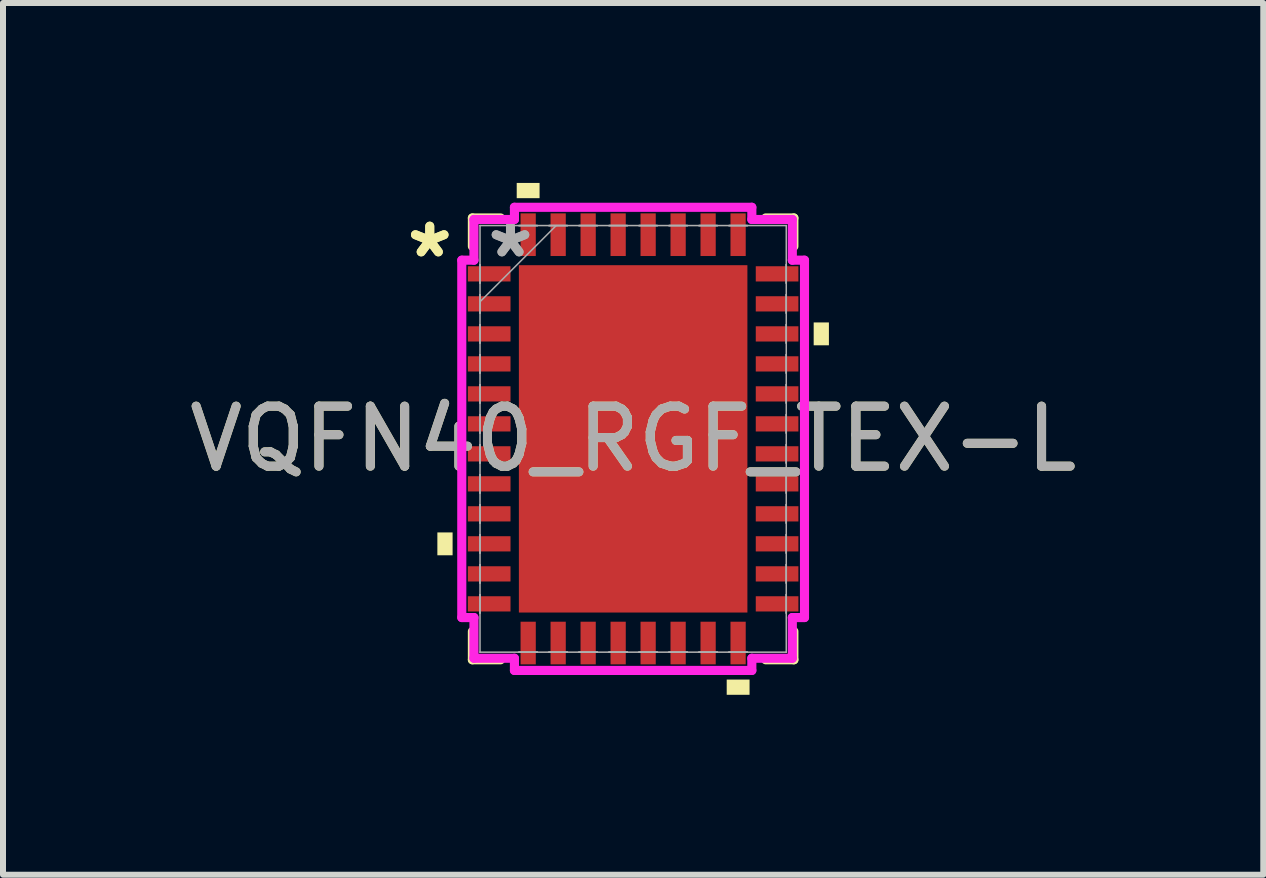
<source format=kicad_pcb>
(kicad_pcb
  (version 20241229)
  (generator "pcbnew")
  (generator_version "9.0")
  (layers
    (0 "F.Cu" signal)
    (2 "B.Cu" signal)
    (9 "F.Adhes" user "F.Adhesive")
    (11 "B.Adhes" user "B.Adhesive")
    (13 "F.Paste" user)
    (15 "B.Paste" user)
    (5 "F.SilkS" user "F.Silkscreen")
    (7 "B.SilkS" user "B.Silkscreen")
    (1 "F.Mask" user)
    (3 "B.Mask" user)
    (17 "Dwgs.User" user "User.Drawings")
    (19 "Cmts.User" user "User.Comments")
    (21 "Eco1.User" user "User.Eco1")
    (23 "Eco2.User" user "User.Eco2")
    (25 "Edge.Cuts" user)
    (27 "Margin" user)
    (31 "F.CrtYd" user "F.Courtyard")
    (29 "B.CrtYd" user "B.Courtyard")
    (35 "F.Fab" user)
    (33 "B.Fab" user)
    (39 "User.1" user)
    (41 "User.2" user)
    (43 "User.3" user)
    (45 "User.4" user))
  (footprint "VQFN40_RGF_TEX-L"
    (layer "F.Cu")
    (at 7.506 4.267)
    (property "Reference" "VQFN40_RGF_TEX-L" (at 0 0 0) (unlocked yes) (layer "F.SilkS") (effects (font (size 1 1) (thickness 0.15))))
    (attr smd)
    (fp_line (start -2.68 -3.683) (end -2.68 -3.21) (stroke (width 0.152) (type solid)) (layer "F.SilkS"))
    (fp_line (start -2.68 3.21) (end -2.68 3.683) (stroke (width 0.152) (type solid)) (layer "F.SilkS"))
    (fp_line (start -2.68 3.683) (end -2.21 3.683) (stroke (width 0.152) (type solid)) (layer "F.SilkS"))
    (fp_line (start -2.21 -3.683) (end -2.68 -3.683) (stroke (width 0.152) (type solid)) (layer "F.SilkS"))
    (fp_line (start 2.21 3.683) (end 2.68 3.683) (stroke (width 0.152) (type solid)) (layer "F.SilkS"))
    (fp_line (start 2.68 -3.683) (end 2.21 -3.683) (stroke (width 0.152) (type solid)) (layer "F.SilkS"))
    (fp_line (start 2.68 -3.21) (end 2.68 -3.683) (stroke (width 0.152) (type solid)) (layer "F.SilkS"))
    (fp_line (start 2.68 3.683) (end 2.68 3.21) (stroke (width 0.152) (type solid)) (layer "F.SilkS"))
    (fp_poly (pts (xy -3.264 1.56) (xy -3.264 1.941) (xy -3.01 1.941) (xy -3.01 1.56)) (stroke (width 0) (type solid)) (fill yes) (layer "F.SilkS"))
    (fp_poly (pts (xy -1.941 -4.013) (xy -1.941 -4.267) (xy -1.56 -4.267) (xy -1.56 -4.013)) (stroke (width 0) (type solid)) (fill yes) (layer "F.SilkS"))
    (fp_poly (pts (xy 1.56 4.013) (xy 1.56 4.267) (xy 1.941 4.267) (xy 1.941 4.013)) (stroke (width 0) (type solid)) (fill yes) (layer "F.SilkS"))
    (fp_poly (pts (xy 3.264 -1.941) (xy 3.264 -1.56) (xy 3.01 -1.56) (xy 3.01 -1.941)) (stroke (width 0) (type solid)) (fill yes) (layer "F.SilkS"))
    (fp_poly (pts (xy -1.805 -2.796) (xy -1.805 -1.548) (xy -0.735 -1.548) (xy -0.735 -2.796)) (stroke (width 0) (type solid)) (fill yes) (layer "F.Paste"))
    (fp_poly (pts (xy -1.805 -1.348) (xy -1.805 -0.1) (xy -0.735 -0.1) (xy -0.735 -1.348)) (stroke (width 0) (type solid)) (fill yes) (layer "F.Paste"))
    (fp_poly (pts (xy -1.805 0.1) (xy -1.805 1.348) (xy -0.735 1.348) (xy -0.735 0.1)) (stroke (width 0) (type solid)) (fill yes) (layer "F.Paste"))
    (fp_poly (pts (xy -1.805 1.548) (xy -1.805 2.796) (xy -0.735 2.796) (xy -0.735 1.548)) (stroke (width 0) (type solid)) (fill yes) (layer "F.Paste"))
    (fp_poly (pts (xy -0.535 -2.796) (xy -0.535 -1.548) (xy 0.535 -1.548) (xy 0.535 -2.796)) (stroke (width 0) (type solid)) (fill yes) (layer "F.Paste"))
    (fp_poly (pts (xy -0.535 -1.348) (xy -0.535 -0.1) (xy 0.535 -0.1) (xy 0.535 -1.348)) (stroke (width 0) (type solid)) (fill yes) (layer "F.Paste"))
    (fp_poly (pts (xy -0.535 0.1) (xy -0.535 1.348) (xy 0.535 1.348) (xy 0.535 0.1)) (stroke (width 0) (type solid)) (fill yes) (layer "F.Paste"))
    (fp_poly (pts (xy -0.535 1.548) (xy -0.535 2.796) (xy 0.535 2.796) (xy 0.535 1.548)) (stroke (width 0) (type solid)) (fill yes) (layer "F.Paste"))
    (fp_poly (pts (xy 0.735 -2.796) (xy 0.735 -1.548) (xy 1.805 -1.548) (xy 1.805 -2.796)) (stroke (width 0) (type solid)) (fill yes) (layer "F.Paste"))
    (fp_poly (pts (xy 0.735 -1.348) (xy 0.735 -0.1) (xy 1.805 -0.1) (xy 1.805 -1.348)) (stroke (width 0) (type solid)) (fill yes) (layer "F.Paste"))
    (fp_poly (pts (xy 0.735 0.1) (xy 0.735 1.348) (xy 1.805 1.348) (xy 1.805 0.1)) (stroke (width 0) (type solid)) (fill yes) (layer "F.Paste"))
    (fp_poly (pts (xy 0.735 1.548) (xy 0.735 2.796) (xy 1.805 2.796) (xy 1.805 1.548)) (stroke (width 0) (type solid)) (fill yes) (layer "F.Paste"))
    (fp_line (start -2.857 -2.979) (end -2.654 -2.979) (stroke (width 0.152) (type solid)) (layer "F.CrtYd"))
    (fp_line (start -2.857 2.979) (end -2.857 -2.979) (stroke (width 0.152) (type solid)) (layer "F.CrtYd"))
    (fp_line (start -2.654 -3.658) (end -1.979 -3.658) (stroke (width 0.152) (type solid)) (layer "F.CrtYd"))
    (fp_line (start -2.654 -2.979) (end -2.654 -3.658) (stroke (width 0.152) (type solid)) (layer "F.CrtYd"))
    (fp_line (start -2.654 2.979) (end -2.857 2.979) (stroke (width 0.152) (type solid)) (layer "F.CrtYd"))
    (fp_line (start -2.654 3.658) (end -2.654 2.979) (stroke (width 0.152) (type solid)) (layer "F.CrtYd"))
    (fp_line (start -1.979 -3.861) (end 1.979 -3.861) (stroke (width 0.152) (type solid)) (layer "F.CrtYd"))
    (fp_line (start -1.979 -3.658) (end -1.979 -3.861) (stroke (width 0.152) (type solid)) (layer "F.CrtYd"))
    (fp_line (start -1.979 3.658) (end -2.654 3.658) (stroke (width 0.152) (type solid)) (layer "F.CrtYd"))
    (fp_line (start -1.979 3.861) (end -1.979 3.658) (stroke (width 0.152) (type solid)) (layer "F.CrtYd"))
    (fp_line (start 1.979 -3.861) (end 1.979 -3.658) (stroke (width 0.152) (type solid)) (layer "F.CrtYd"))
    (fp_line (start 1.979 -3.658) (end 2.654 -3.658) (stroke (width 0.152) (type solid)) (layer "F.CrtYd"))
    (fp_line (start 1.979 3.658) (end 1.979 3.861) (stroke (width 0.152) (type solid)) (layer "F.CrtYd"))
    (fp_line (start 1.979 3.861) (end -1.979 3.861) (stroke (width 0.152) (type solid)) (layer "F.CrtYd"))
    (fp_line (start 2.654 -3.658) (end 2.654 -2.979) (stroke (width 0.152) (type solid)) (layer "F.CrtYd"))
    (fp_line (start 2.654 -2.979) (end 2.857 -2.979) (stroke (width 0.152) (type solid)) (layer "F.CrtYd"))
    (fp_line (start 2.654 2.979) (end 2.654 3.658) (stroke (width 0.152) (type solid)) (layer "F.CrtYd"))
    (fp_line (start 2.654 3.658) (end 1.979 3.658) (stroke (width 0.152) (type solid)) (layer "F.CrtYd"))
    (fp_line (start 2.857 -2.979) (end 2.857 2.979) (stroke (width 0.152) (type solid)) (layer "F.CrtYd"))
    (fp_line (start 2.857 2.979) (end 2.654 2.979) (stroke (width 0.152) (type solid)) (layer "F.CrtYd"))
    (fp_line (start -2.553 -3.556) (end -2.553 -3.556) (stroke (width 0.025) (type solid)) (layer "F.Fab"))
    (fp_line (start -2.553 -3.556) (end -2.553 3.556) (stroke (width 0.025) (type solid)) (layer "F.Fab"))
    (fp_line (start -2.553 -2.903) (end -2.553 -2.903) (stroke (width 0.025) (type solid)) (layer "F.Fab"))
    (fp_line (start -2.553 -2.903) (end -2.553 -2.598) (stroke (width 0.025) (type solid)) (layer "F.Fab"))
    (fp_line (start -2.553 -2.598) (end -2.553 -2.903) (stroke (width 0.025) (type solid)) (layer "F.Fab"))
    (fp_line (start -2.553 -2.598) (end -2.553 -2.598) (stroke (width 0.025) (type solid)) (layer "F.Fab"))
    (fp_line (start -2.553 -2.403) (end -2.553 -2.403) (stroke (width 0.025) (type solid)) (layer "F.Fab"))
    (fp_line (start -2.553 -2.403) (end -2.553 -2.098) (stroke (width 0.025) (type solid)) (layer "F.Fab"))
    (fp_line (start -2.553 -2.286) (end -1.283 -3.556) (stroke (width 0.025) (type solid)) (layer "F.Fab"))
    (fp_line (start -2.553 -2.098) (end -2.553 -2.403) (stroke (width 0.025) (type solid)) (layer "F.Fab"))
    (fp_line (start -2.553 -2.098) (end -2.553 -2.098) (stroke (width 0.025) (type solid)) (layer "F.Fab"))
    (fp_line (start -2.553 -1.903) (end -2.553 -1.903) (stroke (width 0.025) (type solid)) (layer "F.Fab"))
    (fp_line (start -2.553 -1.903) (end -2.553 -1.598) (stroke (width 0.025) (type solid)) (layer "F.Fab"))
    (fp_line (start -2.553 -1.598) (end -2.553 -1.903) (stroke (width 0.025) (type solid)) (layer "F.Fab"))
    (fp_line (start -2.553 -1.598) (end -2.553 -1.598) (stroke (width 0.025) (type solid)) (layer "F.Fab"))
    (fp_line (start -2.553 -1.403) (end -2.553 -1.403) (stroke (width 0.025) (type solid)) (layer "F.Fab"))
    (fp_line (start -2.553 -1.403) (end -2.553 -1.098) (stroke (width 0.025) (type solid)) (layer "F.Fab"))
    (fp_line (start -2.553 -1.098) (end -2.553 -1.403) (stroke (width 0.025) (type solid)) (layer "F.Fab"))
    (fp_line (start -2.553 -1.098) (end -2.553 -1.098) (stroke (width 0.025) (type solid)) (layer "F.Fab"))
    (fp_line (start -2.553 -0.903) (end -2.553 -0.903) (stroke (width 0.025) (type solid)) (layer "F.Fab"))
    (fp_line (start -2.553 -0.903) (end -2.553 -0.598) (stroke (width 0.025) (type solid)) (layer "F.Fab"))
    (fp_line (start -2.553 -0.598) (end -2.553 -0.903) (stroke (width 0.025) (type solid)) (layer "F.Fab"))
    (fp_line (start -2.553 -0.598) (end -2.553 -0.598) (stroke (width 0.025) (type solid)) (layer "F.Fab"))
    (fp_line (start -2.553 -0.402) (end -2.553 -0.402) (stroke (width 0.025) (type solid)) (layer "F.Fab"))
    (fp_line (start -2.553 -0.402) (end -2.553 -0.098) (stroke (width 0.025) (type solid)) (layer "F.Fab"))
    (fp_line (start -2.553 -0.098) (end -2.553 -0.402) (stroke (width 0.025) (type solid)) (layer "F.Fab"))
    (fp_line (start -2.553 -0.098) (end -2.553 -0.098) (stroke (width 0.025) (type solid)) (layer "F.Fab"))
    (fp_line (start -2.553 0.098) (end -2.553 0.098) (stroke (width 0.025) (type solid)) (layer "F.Fab"))
    (fp_line (start -2.553 0.098) (end -2.553 0.402) (stroke (width 0.025) (type solid)) (layer "F.Fab"))
    (fp_line (start -2.553 0.402) (end -2.553 0.098) (stroke (width 0.025) (type solid)) (layer "F.Fab"))
    (fp_line (start -2.553 0.402) (end -2.553 0.402) (stroke (width 0.025) (type solid)) (layer "F.Fab"))
    (fp_line (start -2.553 0.598) (end -2.553 0.598) (stroke (width 0.025) (type solid)) (layer "F.Fab"))
    (fp_line (start -2.553 0.598) (end -2.553 0.903) (stroke (width 0.025) (type solid)) (layer "F.Fab"))
    (fp_line (start -2.553 0.903) (end -2.553 0.598) (stroke (width 0.025) (type solid)) (layer "F.Fab"))
    (fp_line (start -2.553 0.903) (end -2.553 0.903) (stroke (width 0.025) (type solid)) (layer "F.Fab"))
    (fp_line (start -2.553 1.098) (end -2.553 1.098) (stroke (width 0.025) (type solid)) (layer "F.Fab"))
    (fp_line (start -2.553 1.098) (end -2.553 1.403) (stroke (width 0.025) (type solid)) (layer "F.Fab"))
    (fp_line (start -2.553 1.403) (end -2.553 1.098) (stroke (width 0.025) (type solid)) (layer "F.Fab"))
    (fp_line (start -2.553 1.403) (end -2.553 1.403) (stroke (width 0.025) (type solid)) (layer "F.Fab"))
    (fp_line (start -2.553 1.598) (end -2.553 1.598) (stroke (width 0.025) (type solid)) (layer "F.Fab"))
    (fp_line (start -2.553 1.598) (end -2.553 1.903) (stroke (width 0.025) (type solid)) (layer "F.Fab"))
    (fp_line (start -2.553 1.903) (end -2.553 1.598) (stroke (width 0.025) (type solid)) (layer "F.Fab"))
    (fp_line (start -2.553 1.903) (end -2.553 1.903) (stroke (width 0.025) (type solid)) (layer "F.Fab"))
    (fp_line (start -2.553 2.098) (end -2.553 2.098) (stroke (width 0.025) (type solid)) (layer "F.Fab"))
    (fp_line (start -2.553 2.098) (end -2.553 2.403) (stroke (width 0.025) (type solid)) (layer "F.Fab"))
    (fp_line (start -2.553 2.403) (end -2.553 2.098) (stroke (width 0.025) (type solid)) (layer "F.Fab"))
    (fp_line (start -2.553 2.403) (end -2.553 2.403) (stroke (width 0.025) (type solid)) (layer "F.Fab"))
    (fp_line (start -2.553 2.598) (end -2.553 2.598) (stroke (width 0.025) (type solid)) (layer "F.Fab"))
    (fp_line (start -2.553 2.598) (end -2.553 2.903) (stroke (width 0.025) (type solid)) (layer "F.Fab"))
    (fp_line (start -2.553 2.903) (end -2.553 2.598) (stroke (width 0.025) (type solid)) (layer "F.Fab"))
    (fp_line (start -2.553 2.903) (end -2.553 2.903) (stroke (width 0.025) (type solid)) (layer "F.Fab"))
    (fp_line (start -2.553 3.556) (end -2.553 3.556) (stroke (width 0.025) (type solid)) (layer "F.Fab"))
    (fp_line (start -2.553 3.556) (end 2.553 3.556) (stroke (width 0.025) (type solid)) (layer "F.Fab"))
    (fp_line (start -1.903 -3.556) (end -1.903 -3.556) (stroke (width 0.025) (type solid)) (layer "F.Fab"))
    (fp_line (start -1.903 -3.556) (end -1.598 -3.556) (stroke (width 0.025) (type solid)) (layer "F.Fab"))
    (fp_line (start -1.903 3.556) (end -1.903 3.556) (stroke (width 0.025) (type solid)) (layer "F.Fab"))
    (fp_line (start -1.903 3.556) (end -1.598 3.556) (stroke (width 0.025) (type solid)) (layer "F.Fab"))
    (fp_line (start -1.598 -3.556) (end -1.903 -3.556) (stroke (width 0.025) (type solid)) (layer "F.Fab"))
    (fp_line (start -1.598 -3.556) (end -1.598 -3.556) (stroke (width 0.025) (type solid)) (layer "F.Fab"))
    (fp_line (start -1.598 3.556) (end -1.903 3.556) (stroke (width 0.025) (type solid)) (layer "F.Fab"))
    (fp_line (start -1.598 3.556) (end -1.598 3.556) (stroke (width 0.025) (type solid)) (layer "F.Fab"))
    (fp_line (start -1.403 -3.556) (end -1.403 -3.556) (stroke (width 0.025) (type solid)) (layer "F.Fab"))
    (fp_line (start -1.403 -3.556) (end -1.098 -3.556) (stroke (width 0.025) (type solid)) (layer "F.Fab"))
    (fp_line (start -1.403 3.556) (end -1.403 3.556) (stroke (width 0.025) (type solid)) (layer "F.Fab"))
    (fp_line (start -1.403 3.556) (end -1.098 3.556) (stroke (width 0.025) (type solid)) (layer "F.Fab"))
    (fp_line (start -1.098 -3.556) (end -1.403 -3.556) (stroke (width 0.025) (type solid)) (layer "F.Fab"))
    (fp_line (start -1.098 -3.556) (end -1.098 -3.556) (stroke (width 0.025) (type solid)) (layer "F.Fab"))
    (fp_line (start -1.098 3.556) (end -1.403 3.556) (stroke (width 0.025) (type solid)) (layer "F.Fab"))
    (fp_line (start -1.098 3.556) (end -1.098 3.556) (stroke (width 0.025) (type solid)) (layer "F.Fab"))
    (fp_line (start -0.903 -3.556) (end -0.903 -3.556) (stroke (width 0.025) (type solid)) (layer "F.Fab"))
    (fp_line (start -0.903 -3.556) (end -0.598 -3.556) (stroke (width 0.025) (type solid)) (layer "F.Fab"))
    (fp_line (start -0.903 3.556) (end -0.903 3.556) (stroke (width 0.025) (type solid)) (layer "F.Fab"))
    (fp_line (start -0.903 3.556) (end -0.598 3.556) (stroke (width 0.025) (type solid)) (layer "F.Fab"))
    (fp_line (start -0.598 -3.556) (end -0.903 -3.556) (stroke (width 0.025) (type solid)) (layer "F.Fab"))
    (fp_line (start -0.598 -3.556) (end -0.598 -3.556) (stroke (width 0.025) (type solid)) (layer "F.Fab"))
    (fp_line (start -0.598 3.556) (end -0.903 3.556) (stroke (width 0.025) (type solid)) (layer "F.Fab"))
    (fp_line (start -0.598 3.556) (end -0.598 3.556) (stroke (width 0.025) (type solid)) (layer "F.Fab"))
    (fp_line (start -0.402 -3.556) (end -0.402 -3.556) (stroke (width 0.025) (type solid)) (layer "F.Fab"))
    (fp_line (start -0.402 -3.556) (end -0.098 -3.556) (stroke (width 0.025) (type solid)) (layer "F.Fab"))
    (fp_line (start -0.402 3.556) (end -0.402 3.556) (stroke (width 0.025) (type solid)) (layer "F.Fab"))
    (fp_line (start -0.402 3.556) (end -0.098 3.556) (stroke (width 0.025) (type solid)) (layer "F.Fab"))
    (fp_line (start -0.098 -3.556) (end -0.402 -3.556) (stroke (width 0.025) (type solid)) (layer "F.Fab"))
    (fp_line (start -0.098 -3.556) (end -0.098 -3.556) (stroke (width 0.025) (type solid)) (layer "F.Fab"))
    (fp_line (start -0.098 3.556) (end -0.402 3.556) (stroke (width 0.025) (type solid)) (layer "F.Fab"))
    (fp_line (start -0.098 3.556) (end -0.098 3.556) (stroke (width 0.025) (type solid)) (layer "F.Fab"))
    (fp_line (start 0.098 -3.556) (end 0.098 -3.556) (stroke (width 0.025) (type solid)) (layer "F.Fab"))
    (fp_line (start 0.098 -3.556) (end 0.402 -3.556) (stroke (width 0.025) (type solid)) (layer "F.Fab"))
    (fp_line (start 0.098 3.556) (end 0.098 3.556) (stroke (width 0.025) (type solid)) (layer "F.Fab"))
    (fp_line (start 0.098 3.556) (end 0.402 3.556) (stroke (width 0.025) (type solid)) (layer "F.Fab"))
    (fp_line (start 0.402 -3.556) (end 0.098 -3.556) (stroke (width 0.025) (type solid)) (layer "F.Fab"))
    (fp_line (start 0.402 -3.556) (end 0.402 -3.556) (stroke (width 0.025) (type solid)) (layer "F.Fab"))
    (fp_line (start 0.402 3.556) (end 0.098 3.556) (stroke (width 0.025) (type solid)) (layer "F.Fab"))
    (fp_line (start 0.402 3.556) (end 0.402 3.556) (stroke (width 0.025) (type solid)) (layer "F.Fab"))
    (fp_line (start 0.598 -3.556) (end 0.598 -3.556) (stroke (width 0.025) (type solid)) (layer "F.Fab"))
    (fp_line (start 0.598 -3.556) (end 0.903 -3.556) (stroke (width 0.025) (type solid)) (layer "F.Fab"))
    (fp_line (start 0.598 3.556) (end 0.598 3.556) (stroke (width 0.025) (type solid)) (layer "F.Fab"))
    (fp_line (start 0.598 3.556) (end 0.903 3.556) (stroke (width 0.025) (type solid)) (layer "F.Fab"))
    (fp_line (start 0.903 -3.556) (end 0.598 -3.556) (stroke (width 0.025) (type solid)) (layer "F.Fab"))
    (fp_line (start 0.903 -3.556) (end 0.903 -3.556) (stroke (width 0.025) (type solid)) (layer "F.Fab"))
    (fp_line (start 0.903 3.556) (end 0.598 3.556) (stroke (width 0.025) (type solid)) (layer "F.Fab"))
    (fp_line (start 0.903 3.556) (end 0.903 3.556) (stroke (width 0.025) (type solid)) (layer "F.Fab"))
    (fp_line (start 1.098 -3.556) (end 1.098 -3.556) (stroke (width 0.025) (type solid)) (layer "F.Fab"))
    (fp_line (start 1.098 -3.556) (end 1.403 -3.556) (stroke (width 0.025) (type solid)) (layer "F.Fab"))
    (fp_line (start 1.098 3.556) (end 1.098 3.556) (stroke (width 0.025) (type solid)) (layer "F.Fab"))
    (fp_line (start 1.098 3.556) (end 1.403 3.556) (stroke (width 0.025) (type solid)) (layer "F.Fab"))
    (fp_line (start 1.403 -3.556) (end 1.098 -3.556) (stroke (width 0.025) (type solid)) (layer "F.Fab"))
    (fp_line (start 1.403 -3.556) (end 1.403 -3.556) (stroke (width 0.025) (type solid)) (layer "F.Fab"))
    (fp_line (start 1.403 3.556) (end 1.098 3.556) (stroke (width 0.025) (type solid)) (layer "F.Fab"))
    (fp_line (start 1.403 3.556) (end 1.403 3.556) (stroke (width 0.025) (type solid)) (layer "F.Fab"))
    (fp_line (start 1.598 -3.556) (end 1.598 -3.556) (stroke (width 0.025) (type solid)) (layer "F.Fab"))
    (fp_line (start 1.598 -3.556) (end 1.903 -3.556) (stroke (width 0.025) (type solid)) (layer "F.Fab"))
    (fp_line (start 1.598 3.556) (end 1.598 3.556) (stroke (width 0.025) (type solid)) (layer "F.Fab"))
    (fp_line (start 1.598 3.556) (end 1.903 3.556) (stroke (width 0.025) (type solid)) (layer "F.Fab"))
    (fp_line (start 1.903 -3.556) (end 1.598 -3.556) (stroke (width 0.025) (type solid)) (layer "F.Fab"))
    (fp_line (start 1.903 -3.556) (end 1.903 -3.556) (stroke (width 0.025) (type solid)) (layer "F.Fab"))
    (fp_line (start 1.903 3.556) (end 1.598 3.556) (stroke (width 0.025) (type solid)) (layer "F.Fab"))
    (fp_line (start 1.903 3.556) (end 1.903 3.556) (stroke (width 0.025) (type solid)) (layer "F.Fab"))
    (fp_line (start 2.553 -3.556) (end -2.553 -3.556) (stroke (width 0.025) (type solid)) (layer "F.Fab"))
    (fp_line (start 2.553 -3.556) (end 2.553 -3.556) (stroke (width 0.025) (type solid)) (layer "F.Fab"))
    (fp_line (start 2.553 -2.903) (end 2.553 -2.903) (stroke (width 0.025) (type solid)) (layer "F.Fab"))
    (fp_line (start 2.553 -2.903) (end 2.553 -2.598) (stroke (width 0.025) (type solid)) (layer "F.Fab"))
    (fp_line (start 2.553 -2.598) (end 2.553 -2.903) (stroke (width 0.025) (type solid)) (layer "F.Fab"))
    (fp_line (start 2.553 -2.598) (end 2.553 -2.598) (stroke (width 0.025) (type solid)) (layer "F.Fab"))
    (fp_line (start 2.553 -2.403) (end 2.553 -2.403) (stroke (width 0.025) (type solid)) (layer "F.Fab"))
    (fp_line (start 2.553 -2.403) (end 2.553 -2.098) (stroke (width 0.025) (type solid)) (layer "F.Fab"))
    (fp_line (start 2.553 -2.098) (end 2.553 -2.403) (stroke (width 0.025) (type solid)) (layer "F.Fab"))
    (fp_line (start 2.553 -2.098) (end 2.553 -2.098) (stroke (width 0.025) (type solid)) (layer "F.Fab"))
    (fp_line (start 2.553 -1.903) (end 2.553 -1.903) (stroke (width 0.025) (type solid)) (layer "F.Fab"))
    (fp_line (start 2.553 -1.903) (end 2.553 -1.598) (stroke (width 0.025) (type solid)) (layer "F.Fab"))
    (fp_line (start 2.553 -1.598) (end 2.553 -1.903) (stroke (width 0.025) (type solid)) (layer "F.Fab"))
    (fp_line (start 2.553 -1.598) (end 2.553 -1.598) (stroke (width 0.025) (type solid)) (layer "F.Fab"))
    (fp_line (start 2.553 -1.403) (end 2.553 -1.403) (stroke (width 0.025) (type solid)) (layer "F.Fab"))
    (fp_line (start 2.553 -1.403) (end 2.553 -1.098) (stroke (width 0.025) (type solid)) (layer "F.Fab"))
    (fp_line (start 2.553 -1.098) (end 2.553 -1.403) (stroke (width 0.025) (type solid)) (layer "F.Fab"))
    (fp_line (start 2.553 -1.098) (end 2.553 -1.098) (stroke (width 0.025) (type solid)) (layer "F.Fab"))
    (fp_line (start 2.553 -0.903) (end 2.553 -0.903) (stroke (width 0.025) (type solid)) (layer "F.Fab"))
    (fp_line (start 2.553 -0.903) (end 2.553 -0.598) (stroke (width 0.025) (type solid)) (layer "F.Fab"))
    (fp_line (start 2.553 -0.598) (end 2.553 -0.903) (stroke (width 0.025) (type solid)) (layer "F.Fab"))
    (fp_line (start 2.553 -0.598) (end 2.553 -0.598) (stroke (width 0.025) (type solid)) (layer "F.Fab"))
    (fp_line (start 2.553 -0.402) (end 2.553 -0.402) (stroke (width 0.025) (type solid)) (layer "F.Fab"))
    (fp_line (start 2.553 -0.402) (end 2.553 -0.098) (stroke (width 0.025) (type solid)) (layer "F.Fab"))
    (fp_line (start 2.553 -0.098) (end 2.553 -0.402) (stroke (width 0.025) (type solid)) (layer "F.Fab"))
    (fp_line (start 2.553 -0.098) (end 2.553 -0.098) (stroke (width 0.025) (type solid)) (layer "F.Fab"))
    (fp_line (start 2.553 0.098) (end 2.553 0.098) (stroke (width 0.025) (type solid)) (layer "F.Fab"))
    (fp_line (start 2.553 0.098) (end 2.553 0.402) (stroke (width 0.025) (type solid)) (layer "F.Fab"))
    (fp_line (start 2.553 0.402) (end 2.553 0.098) (stroke (width 0.025) (type solid)) (layer "F.Fab"))
    (fp_line (start 2.553 0.402) (end 2.553 0.402) (stroke (width 0.025) (type solid)) (layer "F.Fab"))
    (fp_line (start 2.553 0.598) (end 2.553 0.598) (stroke (width 0.025) (type solid)) (layer "F.Fab"))
    (fp_line (start 2.553 0.598) (end 2.553 0.903) (stroke (width 0.025) (type solid)) (layer "F.Fab"))
    (fp_line (start 2.553 0.903) (end 2.553 0.598) (stroke (width 0.025) (type solid)) (layer "F.Fab"))
    (fp_line (start 2.553 0.903) (end 2.553 0.903) (stroke (width 0.025) (type solid)) (layer "F.Fab"))
    (fp_line (start 2.553 1.098) (end 2.553 1.098) (stroke (width 0.025) (type solid)) (layer "F.Fab"))
    (fp_line (start 2.553 1.098) (end 2.553 1.403) (stroke (width 0.025) (type solid)) (layer "F.Fab"))
    (fp_line (start 2.553 1.403) (end 2.553 1.098) (stroke (width 0.025) (type solid)) (layer "F.Fab"))
    (fp_line (start 2.553 1.403) (end 2.553 1.403) (stroke (width 0.025) (type solid)) (layer "F.Fab"))
    (fp_line (start 2.553 1.598) (end 2.553 1.598) (stroke (width 0.025) (type solid)) (layer "F.Fab"))
    (fp_line (start 2.553 1.598) (end 2.553 1.903) (stroke (width 0.025) (type solid)) (layer "F.Fab"))
    (fp_line (start 2.553 1.903) (end 2.553 1.598) (stroke (width 0.025) (type solid)) (layer "F.Fab"))
    (fp_line (start 2.553 1.903) (end 2.553 1.903) (stroke (width 0.025) (type solid)) (layer "F.Fab"))
    (fp_line (start 2.553 2.098) (end 2.553 2.098) (stroke (width 0.025) (type solid)) (layer "F.Fab"))
    (fp_line (start 2.553 2.098) (end 2.553 2.403) (stroke (width 0.025) (type solid)) (layer "F.Fab"))
    (fp_line (start 2.553 2.403) (end 2.553 2.098) (stroke (width 0.025) (type solid)) (layer "F.Fab"))
    (fp_line (start 2.553 2.403) (end 2.553 2.403) (stroke (width 0.025) (type solid)) (layer "F.Fab"))
    (fp_line (start 2.553 2.598) (end 2.553 2.598) (stroke (width 0.025) (type solid)) (layer "F.Fab"))
    (fp_line (start 2.553 2.598) (end 2.553 2.903) (stroke (width 0.025) (type solid)) (layer "F.Fab"))
    (fp_line (start 2.553 2.903) (end 2.553 2.598) (stroke (width 0.025) (type solid)) (layer "F.Fab"))
    (fp_line (start 2.553 2.903) (end 2.553 2.903) (stroke (width 0.025) (type solid)) (layer "F.Fab"))
    (fp_line (start 2.553 3.556) (end 2.553 -3.556) (stroke (width 0.025) (type solid)) (layer "F.Fab"))
    (fp_line (start 2.553 3.556) (end 2.553 3.556) (stroke (width 0.025) (type solid)) (layer "F.Fab"))
    (fp_text user "*" (at -3.391 -3.001 0) (unlocked yes) (layer "F.SilkS") (effects (font (size 1 1) (thickness 0.15))))
    (fp_text user "*" (at -3.391 -3.001 0) (layer "F.SilkS") (effects (font (size 1 1) (thickness 0.15))))
    (fp_text user "*" (at -2.045 -3.001 0) (unlocked yes) (layer "F.Fab") (effects (font (size 1 1) (thickness 0.15))))
    (fp_text user "*" (at -2.045 -3.001 0) (layer "F.Fab") (effects (font (size 1 1) (thickness 0.15))))
    (fp_text user "${REFERENCE}" (at 0 0 0) (unlocked yes) (layer "F.Fab") (effects (font (size 1 1) (thickness 0.15))))
    (pad "1" smd rect (at -2.4 -2.751 90) (size 0.254 0.711) (layers "F.Cu" "F.Mask" "F.Paste"))
    (pad "2" smd rect (at -2.4 -2.251 90) (size 0.254 0.711) (layers "F.Cu" "F.Mask" "F.Paste"))
    (pad "3" smd rect (at -2.4 -1.75 90) (size 0.254 0.711) (layers "F.Cu" "F.Mask" "F.Paste"))
    (pad "4" smd rect (at -2.4 -1.25 90) (size 0.254 0.711) (layers "F.Cu" "F.Mask" "F.Paste"))
    (pad "5" smd rect (at -2.4 -0.75 90) (size 0.254 0.711) (layers "F.Cu" "F.Mask" "F.Paste"))
    (pad "6" smd rect (at -2.4 -0.25 90) (size 0.254 0.711) (layers "F.Cu" "F.Mask" "F.Paste"))
    (pad "7" smd rect (at -2.4 0.25 90) (size 0.254 0.711) (layers "F.Cu" "F.Mask" "F.Paste"))
    (pad "8" smd rect (at -2.4 0.75 90) (size 0.254 0.711) (layers "F.Cu" "F.Mask" "F.Paste"))
    (pad "9" smd rect (at -2.4 1.25 90) (size 0.254 0.711) (layers "F.Cu" "F.Mask" "F.Paste"))
    (pad "10" smd rect (at -2.4 1.75 90) (size 0.254 0.711) (layers "F.Cu" "F.Mask" "F.Paste"))
    (pad "11" smd rect (at -2.4 2.251 90) (size 0.254 0.711) (layers "F.Cu" "F.Mask" "F.Paste"))
    (pad "12" smd rect (at -2.4 2.751 90) (size 0.254 0.711) (layers "F.Cu" "F.Mask" "F.Paste"))
    (pad "13" smd rect (at -1.75 3.404) (size 0.254 0.711) (layers "F.Cu" "F.Mask" "F.Paste"))
    (pad "14" smd rect (at -1.25 3.404) (size 0.254 0.711) (layers "F.Cu" "F.Mask" "F.Paste"))
    (pad "15" smd rect (at -0.75 3.404) (size 0.254 0.711) (layers "F.Cu" "F.Mask" "F.Paste"))
    (pad "16" smd rect (at -0.25 3.404) (size 0.254 0.711) (layers "F.Cu" "F.Mask" "F.Paste"))
    (pad "17" smd rect (at 0.25 3.404) (size 0.254 0.711) (layers "F.Cu" "F.Mask" "F.Paste"))
    (pad "18" smd rect (at 0.75 3.404) (size 0.254 0.711) (layers "F.Cu" "F.Mask" "F.Paste"))
    (pad "19" smd rect (at 1.25 3.404) (size 0.254 0.711) (layers "F.Cu" "F.Mask" "F.Paste"))
    (pad "20" smd rect (at 1.75 3.404) (size 0.254 0.711) (layers "F.Cu" "F.Mask" "F.Paste"))
    (pad "21" smd rect (at 2.4 2.751 90) (size 0.254 0.711) (layers "F.Cu" "F.Mask" "F.Paste"))
    (pad "22" smd rect (at 2.4 2.251 90) (size 0.254 0.711) (layers "F.Cu" "F.Mask" "F.Paste"))
    (pad "23" smd rect (at 2.4 1.75 90) (size 0.254 0.711) (layers "F.Cu" "F.Mask" "F.Paste"))
    (pad "24" smd rect (at 2.4 1.25 90) (size 0.254 0.711) (layers "F.Cu" "F.Mask" "F.Paste"))
    (pad "25" smd rect (at 2.4 0.75 90) (size 0.254 0.711) (layers "F.Cu" "F.Mask" "F.Paste"))
    (pad "26" smd rect (at 2.4 0.25 90) (size 0.254 0.711) (layers "F.Cu" "F.Mask" "F.Paste"))
    (pad "27" smd rect (at 2.4 -0.25 90) (size 0.254 0.711) (layers "F.Cu" "F.Mask" "F.Paste"))
    (pad "28" smd rect (at 2.4 -0.75 90) (size 0.254 0.711) (layers "F.Cu" "F.Mask" "F.Paste"))
    (pad "29" smd rect (at 2.4 -1.25 90) (size 0.254 0.711) (layers "F.Cu" "F.Mask" "F.Paste"))
    (pad "30" smd rect (at 2.4 -1.75 90) (size 0.254 0.711) (layers "F.Cu" "F.Mask" "F.Paste"))
    (pad "31" smd rect (at 2.4 -2.251 90) (size 0.254 0.711) (layers "F.Cu" "F.Mask" "F.Paste"))
    (pad "32" smd rect (at 2.4 -2.751 90) (size 0.254 0.711) (layers "F.Cu" "F.Mask" "F.Paste"))
    (pad "33" smd rect (at 1.75 -3.404) (size 0.254 0.711) (layers "F.Cu" "F.Mask" "F.Paste"))
    (pad "34" smd rect (at 1.25 -3.404) (size 0.254 0.711) (layers "F.Cu" "F.Mask" "F.Paste"))
    (pad "35" smd rect (at 0.75 -3.404) (size 0.254 0.711) (layers "F.Cu" "F.Mask" "F.Paste"))
    (pad "36" smd rect (at 0.25 -3.404) (size 0.254 0.711) (layers "F.Cu" "F.Mask" "F.Paste"))
    (pad "37" smd rect (at -0.25 -3.404) (size 0.254 0.711) (layers "F.Cu" "F.Mask" "F.Paste"))
    (pad "38" smd rect (at -0.75 -3.404) (size 0.254 0.711) (layers "F.Cu" "F.Mask" "F.Paste"))
    (pad "39" smd rect (at -1.25 -3.404) (size 0.254 0.711) (layers "F.Cu" "F.Mask" "F.Paste"))
    (pad "40" smd rect (at -1.75 -3.404) (size 0.254 0.711) (layers "F.Cu" "F.Mask" "F.Paste"))
    (pad "41" smd rect (at 0 0) (size 3.81 5.791) (layers "F.Cu" "F.Mask" "F.Paste")))
  (gr_rect
    (start -3 -3)
    (end 18.012 11.534)
    (stroke (width 0.1) (type default))
    (fill no)
    (layer "Edge.Cuts")))
</source>
